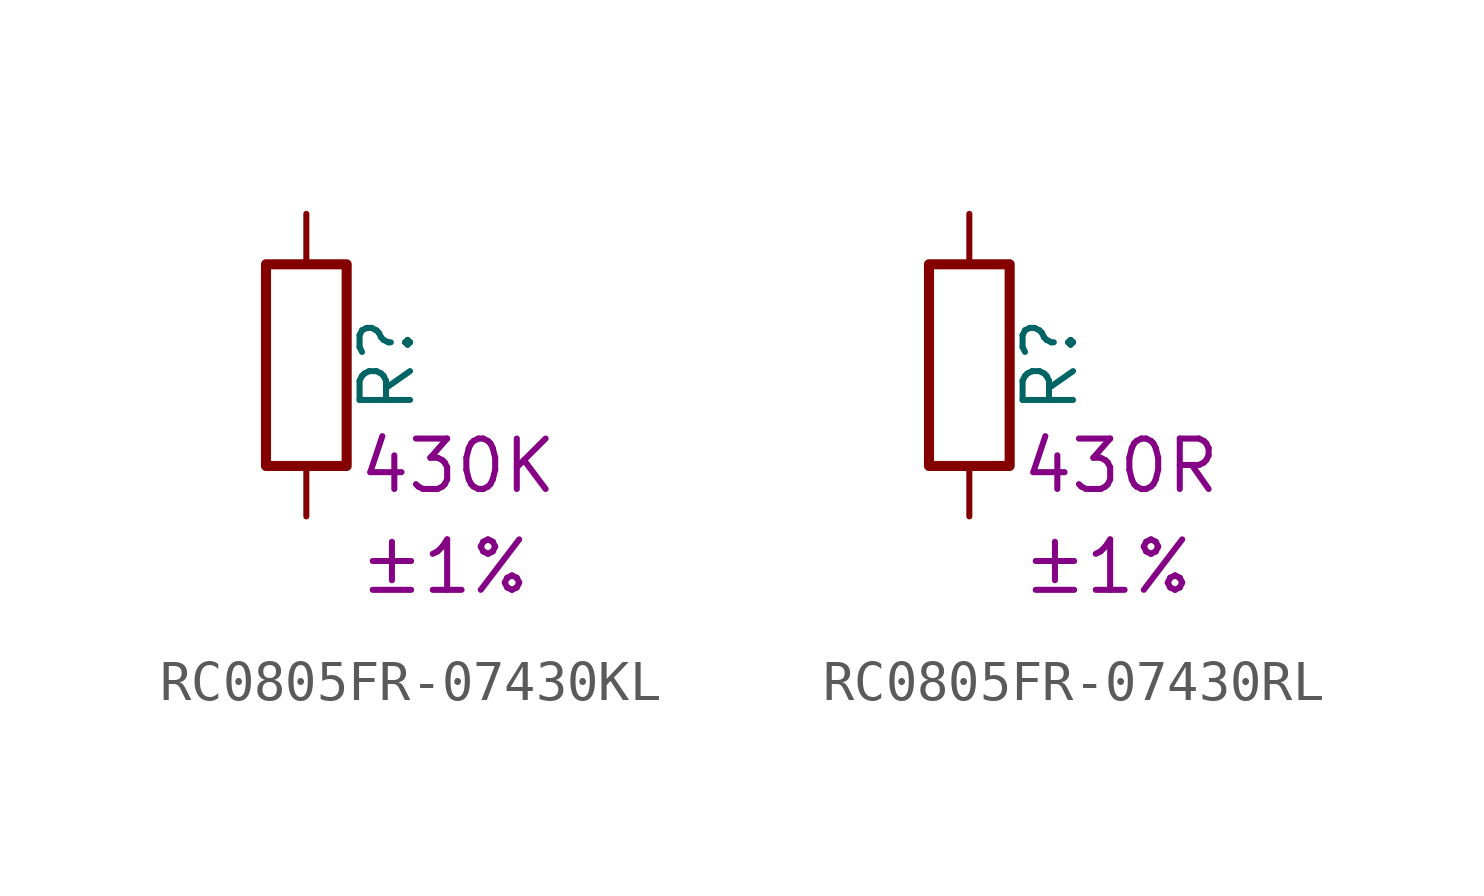
<source format=kicad_sym>
(kicad_symbol_lib
  (version 20220914)
  (generator kicad_symbol_editor)
  (symbol "RC0805FR-07430KL"
    (pin_numbers hide)
    (pin_names
      (offset 0))
    (property "Reference" "R"
      (at 2.032 0 90)
      (effects (font (size 1.27 1.27))))
    (property "Resistance" "430K"
      (at 1.27 -2.54 0)
      (effects (font (size 1.27 1.27)) (justify left)))
    (property "Tolerance" "±1%"
      (at 1.27 -5.08 0)
      (effects (font (size 1.27 1.27)) (justify left)))
    (symbol "RC0805FR-07430KL_0_1"
      (rectangle (start -1.016 -2.54) (end 1.016 2.54) (stroke (width 0.254) (type default)) (fill (type none))))
    (symbol "RC0805FR-07430KL_1_1"
      (pin passive line (at 0 3.81 270) (length 1.27) (name "~" (effects (font (size 1.27 1.27)))) (number "1" (effects (font (size 1.27 1.27)))))
      (pin passive line (at 0 -3.81 90) (length 1.27) (name "~" (effects (font (size 1.27 1.27)))) (number "2" (effects (font (size 1.27 1.27)))))))
  (symbol "RC0805FR-07430RL"
    (pin_numbers hide)
    (pin_names
      (offset 0))
    (property "Reference" "R"
      (at 2.032 0 90)
      (effects (font (size 1.27 1.27))))
    (property "Resistance" "430R"
      (at 1.27 -2.54 0)
      (effects (font (size 1.27 1.27)) (justify left)))
    (property "Tolerance" "±1%"
      (at 1.27 -5.08 0)
      (effects (font (size 1.27 1.27)) (justify left)))
    (symbol "RC0805FR-07430RL_0_1"
      (rectangle (start -1.016 -2.54) (end 1.016 2.54) (stroke (width 0.254) (type default)) (fill (type none))))
    (symbol "RC0805FR-07430RL_1_1"
      (pin passive line (at 0 3.81 270) (length 1.27) (name "~" (effects (font (size 1.27 1.27)))) (number "1" (effects (font (size 1.27 1.27)))))
      (pin passive line (at 0 -3.81 90) (length 1.27) (name "~" (effects (font (size 1.27 1.27)))) (number "2" (effects (font (size 1.27 1.27))))))))
</source>
